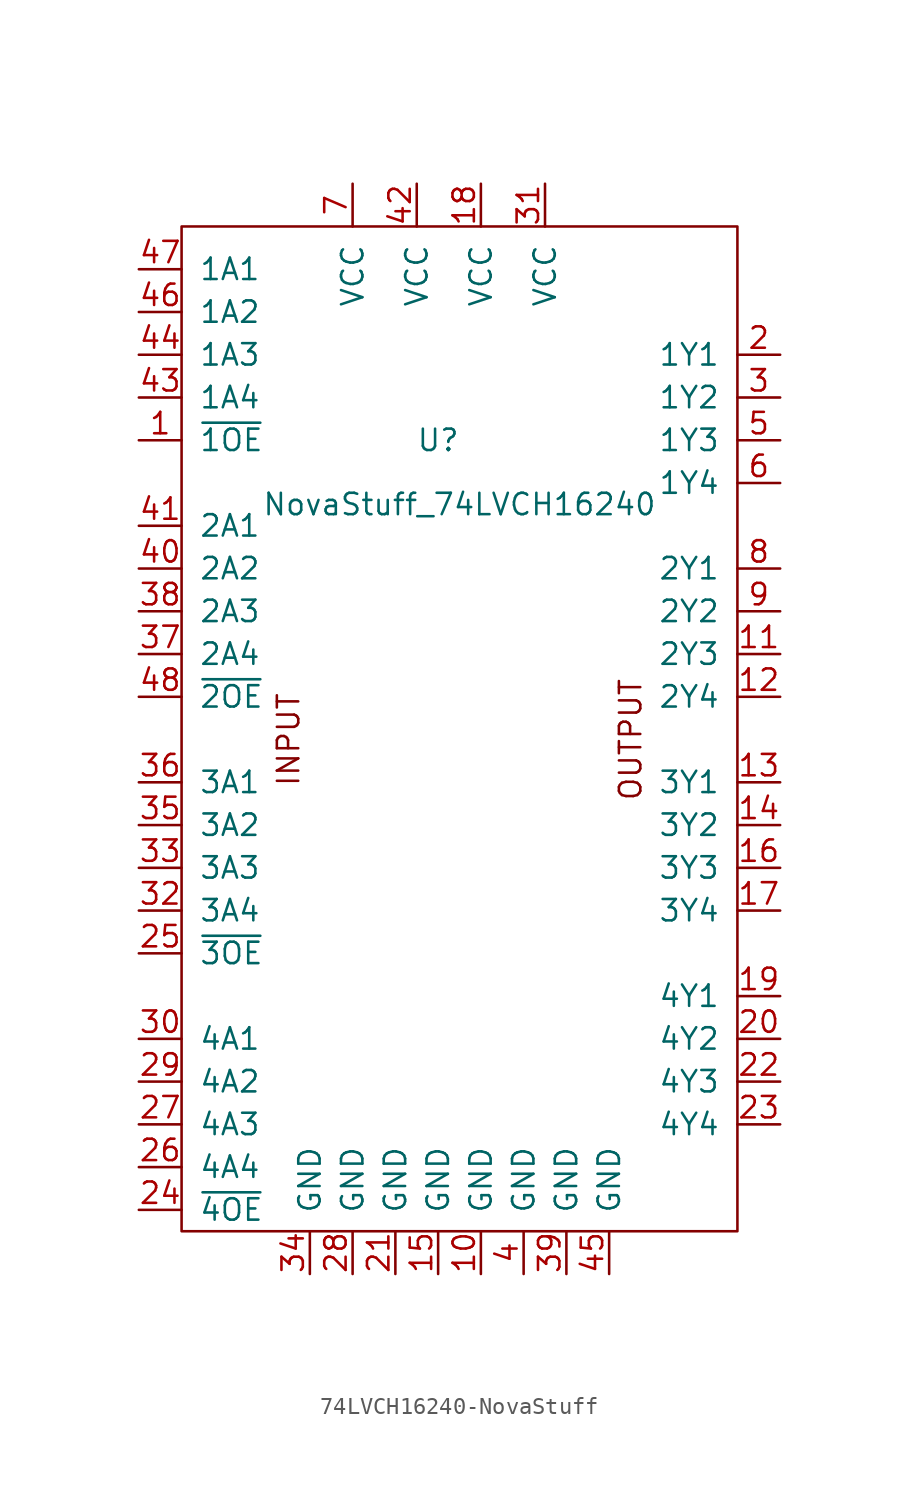
<source format=kicad_sym>
(kicad_symbol_lib
  (version 20220914)
  (generator kicad_symbol_editor)
  (symbol "74LVCH16240-NovaStuff"
    (pin_names
      (offset 1.016))
    (property "Reference" "U"
      (at -1.27 17.78 0)
      (effects (font (size 1.27 1.27))))
    (property "Value" "NovaStuff_74LVCH16240"
      (at 0 13.97 0)
      (effects (font (size 1.27 1.27))))
    (symbol "74LVCH16240-NovaStuff_0_0"
      (text "INPUT" (at -10.16 0 900) (effects (font (size 1.27 1.27))))
      (text "OUTPUT" (at 10.16 0 900) (effects (font (size 1.27 1.27)))))
    (symbol "74LVCH16240-NovaStuff_0_1"
      (rectangle (start -16.51 30.48) (end 16.51 -29.21) (stroke (width 0) (type solid)) (fill (type none))))
    (symbol "74LVCH16240-NovaStuff_1_1"
      (pin input line (at -19.05 17.78 0) (length 2.54) (name "~{1OE}" (effects (font (size 1.27 1.27)))) (number "1" (effects (font (size 1.27 1.27)))))
      (pin power_in line (at 1.27 -31.75 90) (length 2.54) (name "GND" (effects (font (size 1.27 1.27)))) (number "10" (effects (font (size 1.27 1.27)))))
      (pin output line (at 19.05 5.08 180) (length 2.54) (name "2Y3" (effects (font (size 1.27 1.27)))) (number "11" (effects (font (size 1.27 1.27)))))
      (pin output line (at 19.05 2.54 180) (length 2.54) (name "2Y4" (effects (font (size 1.27 1.27)))) (number "12" (effects (font (size 1.27 1.27)))))
      (pin output line (at 19.05 -2.54 180) (length 2.54) (name "3Y1" (effects (font (size 1.27 1.27)))) (number "13" (effects (font (size 1.27 1.27)))))
      (pin output line (at 19.05 -5.08 180) (length 2.54) (name "3Y2" (effects (font (size 1.27 1.27)))) (number "14" (effects (font (size 1.27 1.27)))))
      (pin power_in line (at -1.27 -31.75 90) (length 2.54) (name "GND" (effects (font (size 1.27 1.27)))) (number "15" (effects (font (size 1.27 1.27)))))
      (pin output line (at 19.05 -7.62 180) (length 2.54) (name "3Y3" (effects (font (size 1.27 1.27)))) (number "16" (effects (font (size 1.27 1.27)))))
      (pin output line (at 19.05 -10.16 180) (length 2.54) (name "3Y4" (effects (font (size 1.27 1.27)))) (number "17" (effects (font (size 1.27 1.27)))))
      (pin power_in line (at 1.27 33.02 270) (length 2.54) (name "VCC" (effects (font (size 1.27 1.27)))) (number "18" (effects (font (size 1.27 1.27)))))
      (pin output line (at 19.05 -15.24 180) (length 2.54) (name "4Y1" (effects (font (size 1.27 1.27)))) (number "19" (effects (font (size 1.27 1.27)))))
      (pin output line (at 19.05 22.86 180) (length 2.54) (name "1Y1" (effects (font (size 1.27 1.27)))) (number "2" (effects (font (size 1.27 1.27)))))
      (pin output line (at 19.05 -17.78 180) (length 2.54) (name "4Y2" (effects (font (size 1.27 1.27)))) (number "20" (effects (font (size 1.27 1.27)))))
      (pin power_in line (at -3.81 -31.75 90) (length 2.54) (name "GND" (effects (font (size 1.27 1.27)))) (number "21" (effects (font (size 1.27 1.27)))))
      (pin output line (at 19.05 -20.32 180) (length 2.54) (name "4Y3" (effects (font (size 1.27 1.27)))) (number "22" (effects (font (size 1.27 1.27)))))
      (pin output line (at 19.05 -22.86 180) (length 2.54) (name "4Y4" (effects (font (size 1.27 1.27)))) (number "23" (effects (font (size 1.27 1.27)))))
      (pin input line (at -19.05 -27.94 0) (length 2.54) (name "~{4OE}" (effects (font (size 1.27 1.27)))) (number "24" (effects (font (size 1.27 1.27)))))
      (pin input line (at -19.05 -12.7 0) (length 2.54) (name "~{3OE}" (effects (font (size 1.27 1.27)))) (number "25" (effects (font (size 1.27 1.27)))))
      (pin input line (at -19.05 -25.4 0) (length 2.54) (name "4A4" (effects (font (size 1.27 1.27)))) (number "26" (effects (font (size 1.27 1.27)))))
      (pin input line (at -19.05 -22.86 0) (length 2.54) (name "4A3" (effects (font (size 1.27 1.27)))) (number "27" (effects (font (size 1.27 1.27)))))
      (pin power_in line (at -6.35 -31.75 90) (length 2.54) (name "GND" (effects (font (size 1.27 1.27)))) (number "28" (effects (font (size 1.27 1.27)))))
      (pin input line (at -19.05 -20.32 0) (length 2.54) (name "4A2" (effects (font (size 1.27 1.27)))) (number "29" (effects (font (size 1.27 1.27)))))
      (pin output line (at 19.05 20.32 180) (length 2.54) (name "1Y2" (effects (font (size 1.27 1.27)))) (number "3" (effects (font (size 1.27 1.27)))))
      (pin input line (at -19.05 -17.78 0) (length 2.54) (name "4A1" (effects (font (size 1.27 1.27)))) (number "30" (effects (font (size 1.27 1.27)))))
      (pin power_in line (at 5.08 33.02 270) (length 2.54) (name "VCC" (effects (font (size 1.27 1.27)))) (number "31" (effects (font (size 1.27 1.27)))))
      (pin input line (at -19.05 -10.16 0) (length 2.54) (name "3A4" (effects (font (size 1.27 1.27)))) (number "32" (effects (font (size 1.27 1.27)))))
      (pin input line (at -19.05 -7.62 0) (length 2.54) (name "3A3" (effects (font (size 1.27 1.27)))) (number "33" (effects (font (size 1.27 1.27)))))
      (pin power_in line (at -8.89 -31.75 90) (length 2.54) (name "GND" (effects (font (size 1.27 1.27)))) (number "34" (effects (font (size 1.27 1.27)))))
      (pin input line (at -19.05 -5.08 0) (length 2.54) (name "3A2" (effects (font (size 1.27 1.27)))) (number "35" (effects (font (size 1.27 1.27)))))
      (pin input line (at -19.05 -2.54 0) (length 2.54) (name "3A1" (effects (font (size 1.27 1.27)))) (number "36" (effects (font (size 1.27 1.27)))))
      (pin input line (at -19.05 5.08 0) (length 2.54) (name "2A4" (effects (font (size 1.27 1.27)))) (number "37" (effects (font (size 1.27 1.27)))))
      (pin input line (at -19.05 7.62 0) (length 2.54) (name "2A3" (effects (font (size 1.27 1.27)))) (number "38" (effects (font (size 1.27 1.27)))))
      (pin power_in line (at 6.35 -31.75 90) (length 2.54) (name "GND" (effects (font (size 1.27 1.27)))) (number "39" (effects (font (size 1.27 1.27)))))
      (pin power_in line (at 3.81 -31.75 90) (length 2.54) (name "GND" (effects (font (size 1.27 1.27)))) (number "4" (effects (font (size 1.27 1.27)))))
      (pin input line (at -19.05 10.16 0) (length 2.54) (name "2A2" (effects (font (size 1.27 1.27)))) (number "40" (effects (font (size 1.27 1.27)))))
      (pin input line (at -19.05 12.7 0) (length 2.54) (name "2A1" (effects (font (size 1.27 1.27)))) (number "41" (effects (font (size 1.27 1.27)))))
      (pin power_in line (at -2.54 33.02 270) (length 2.54) (name "VCC" (effects (font (size 1.27 1.27)))) (number "42" (effects (font (size 1.27 1.27)))))
      (pin input line (at -19.05 20.32 0) (length 2.54) (name "1A4" (effects (font (size 1.27 1.27)))) (number "43" (effects (font (size 1.27 1.27)))))
      (pin input line (at -19.05 22.86 0) (length 2.54) (name "1A3" (effects (font (size 1.27 1.27)))) (number "44" (effects (font (size 1.27 1.27)))))
      (pin power_in line (at 8.89 -31.75 90) (length 2.54) (name "GND" (effects (font (size 1.27 1.27)))) (number "45" (effects (font (size 1.27 1.27)))))
      (pin input line (at -19.05 25.4 0) (length 2.54) (name "1A2" (effects (font (size 1.27 1.27)))) (number "46" (effects (font (size 1.27 1.27)))))
      (pin input line (at -19.05 27.94 0) (length 2.54) (name "1A1" (effects (font (size 1.27 1.27)))) (number "47" (effects (font (size 1.27 1.27)))))
      (pin input line (at -19.05 2.54 0) (length 2.54) (name "~{2OE}" (effects (font (size 1.27 1.27)))) (number "48" (effects (font (size 1.27 1.27)))))
      (pin output line (at 19.05 17.78 180) (length 2.54) (name "1Y3" (effects (font (size 1.27 1.27)))) (number "5" (effects (font (size 1.27 1.27)))))
      (pin output line (at 19.05 15.24 180) (length 2.54) (name "1Y4" (effects (font (size 1.27 1.27)))) (number "6" (effects (font (size 1.27 1.27)))))
      (pin power_in line (at -6.35 33.02 270) (length 2.54) (name "VCC" (effects (font (size 1.27 1.27)))) (number "7" (effects (font (size 1.27 1.27)))))
      (pin output line (at 19.05 10.16 180) (length 2.54) (name "2Y1" (effects (font (size 1.27 1.27)))) (number "8" (effects (font (size 1.27 1.27)))))
      (pin output line (at 19.05 7.62 180) (length 2.54) (name "2Y2" (effects (font (size 1.27 1.27)))) (number "9" (effects (font (size 1.27 1.27))))))))
</source>
